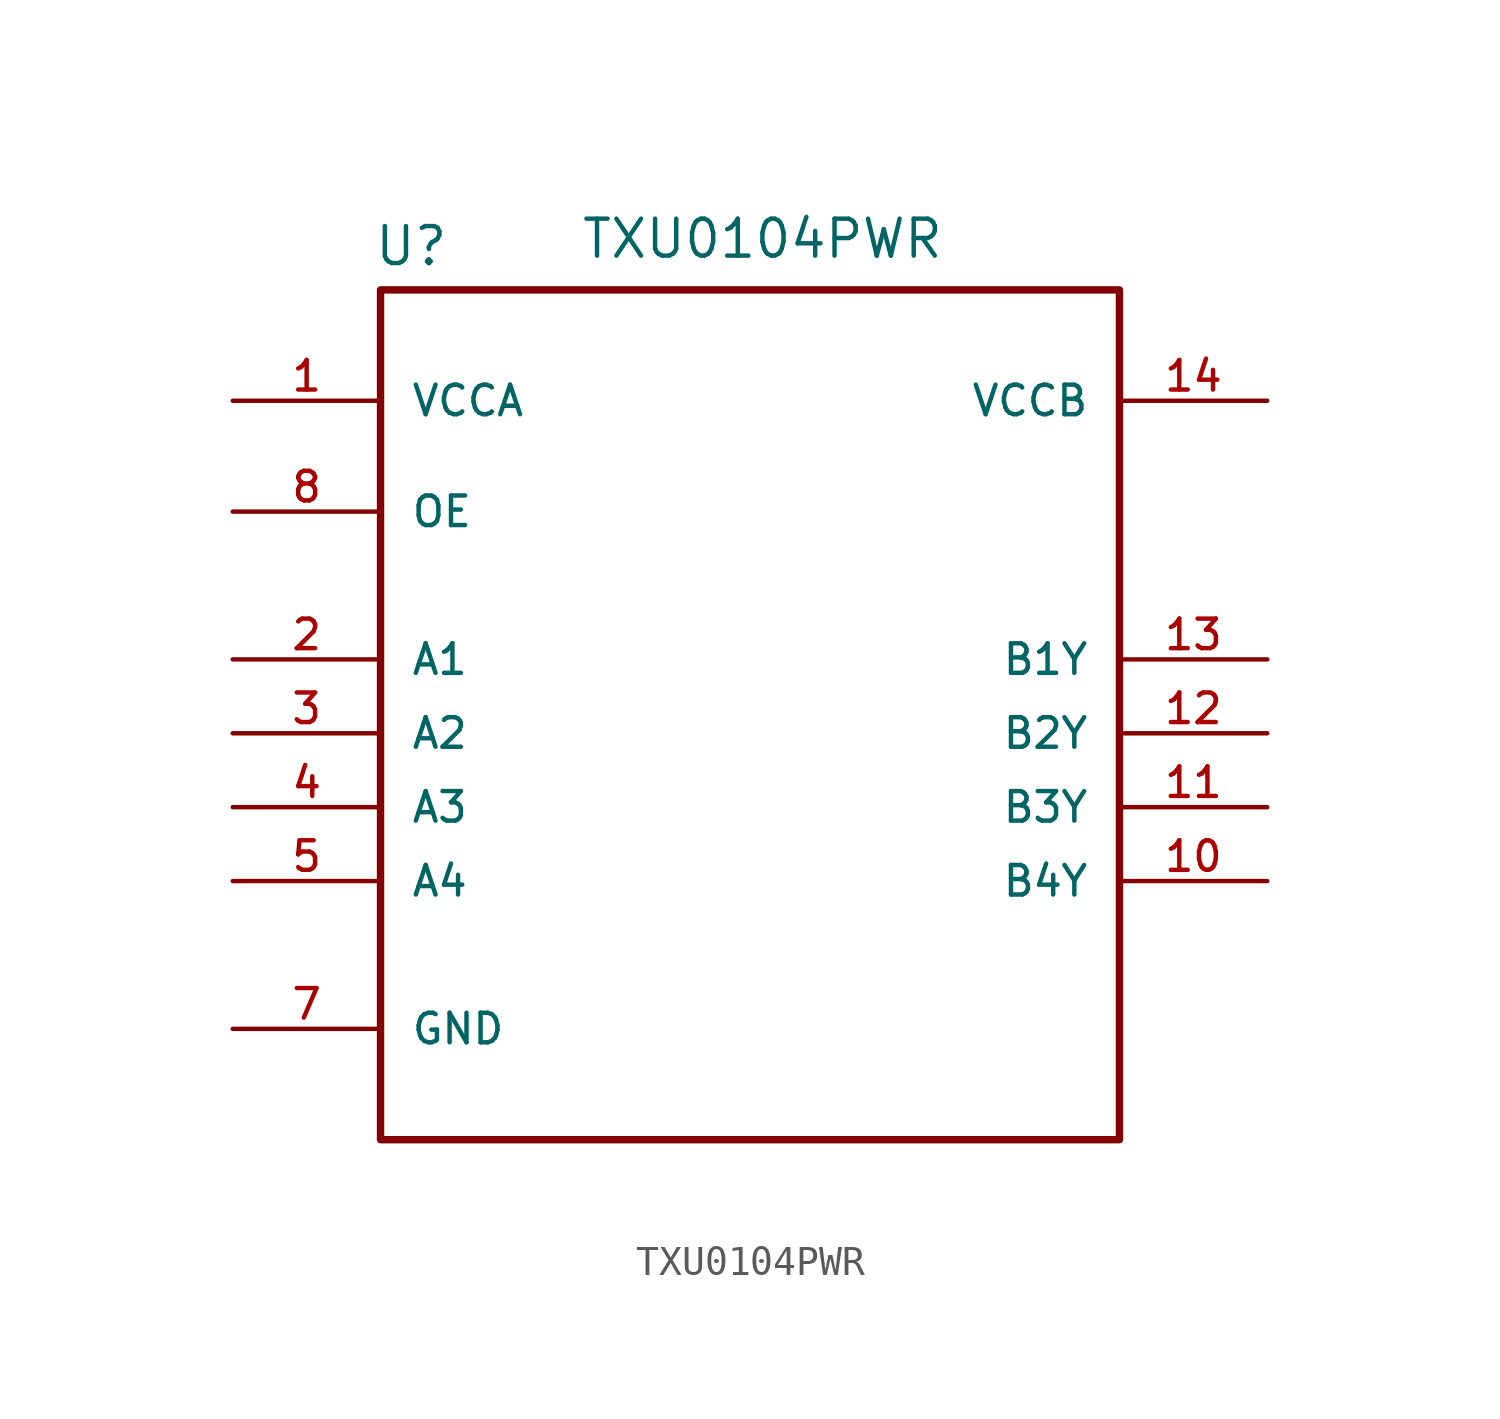
<source format=kicad_sym>
(kicad_symbol_lib
  (version 20241209)
  (generator "kicad_symbol_editor")
  (generator_version "9.0")
  (symbol "TXU0104PWR"
    (pin_names
      (offset 1.016))
    (property "Reference" "U"
      (at -12.954 16.002 0)
      (effects (font (size 1.27 1.27)) (justify left bottom)))
    (property "Value" "TXU0104PWR"
      (at -5.842 16.256 0)
      (effects (font (size 1.27 1.27)) (justify left bottom)))
    (symbol "TXU0104PWR_0_0"
      (pin power_in line (at -17.78 11.43 0) (length 5.08) (name "VCCA" (effects (font (size 1.016 1.016)))) (number "1" (effects (font (size 1.016 1.016)))))
      (pin input line (at -17.78 7.62 0) (length 5.08) (name "OE" (effects (font (size 1.016 1.016)))) (number "8" (effects (font (size 1.016 1.016)))))
      (pin input line (at -17.78 2.54 0) (length 5.08) (name "A1" (effects (font (size 1.016 1.016)))) (number "2" (effects (font (size 1.016 1.016)))))
      (pin input line (at -17.78 0 0) (length 5.08) (name "A2" (effects (font (size 1.016 1.016)))) (number "3" (effects (font (size 1.016 1.016)))))
      (pin input line (at -17.78 -2.54 0) (length 5.08) (name "A3" (effects (font (size 1.016 1.016)))) (number "4" (effects (font (size 1.016 1.016)))))
      (pin input line (at -17.78 -5.08 0) (length 5.08) (name "A4" (effects (font (size 1.016 1.016)))) (number "5" (effects (font (size 1.016 1.016)))))
      (pin power_in line (at -17.78 -10.16 0) (length 5.08) (name "GND" (effects (font (size 1.016 1.016)))) (number "7" (effects (font (size 1.016 1.016)))))
      (pin power_in line (at 17.78 11.43 180) (length 5.08) (name "VCCB" (effects (font (size 1.016 1.016)))) (number "14" (effects (font (size 1.016 1.016)))))
      (pin output line (at 17.78 2.54 180) (length 5.08) (name "B1Y" (effects (font (size 1.016 1.016)))) (number "13" (effects (font (size 1.016 1.016)))))
      (pin output line (at 17.78 0 180) (length 5.08) (name "B2Y" (effects (font (size 1.016 1.016)))) (number "12" (effects (font (size 1.016 1.016)))))
      (pin output line (at 17.78 -2.54 180) (length 5.08) (name "B3Y" (effects (font (size 1.016 1.016)))) (number "11" (effects (font (size 1.016 1.016)))))
      (pin output line (at 17.78 -5.08 180) (length 5.08) (name "B4Y" (effects (font (size 1.016 1.016)))) (number "10" (effects (font (size 1.016 1.016))))))
    (symbol "TXU0104PWR_1_0"
      (rectangle (start -12.7 15.24) (end 12.7 -13.97) (stroke (width 0.254) (type solid)) (fill (type none))))))
</source>
